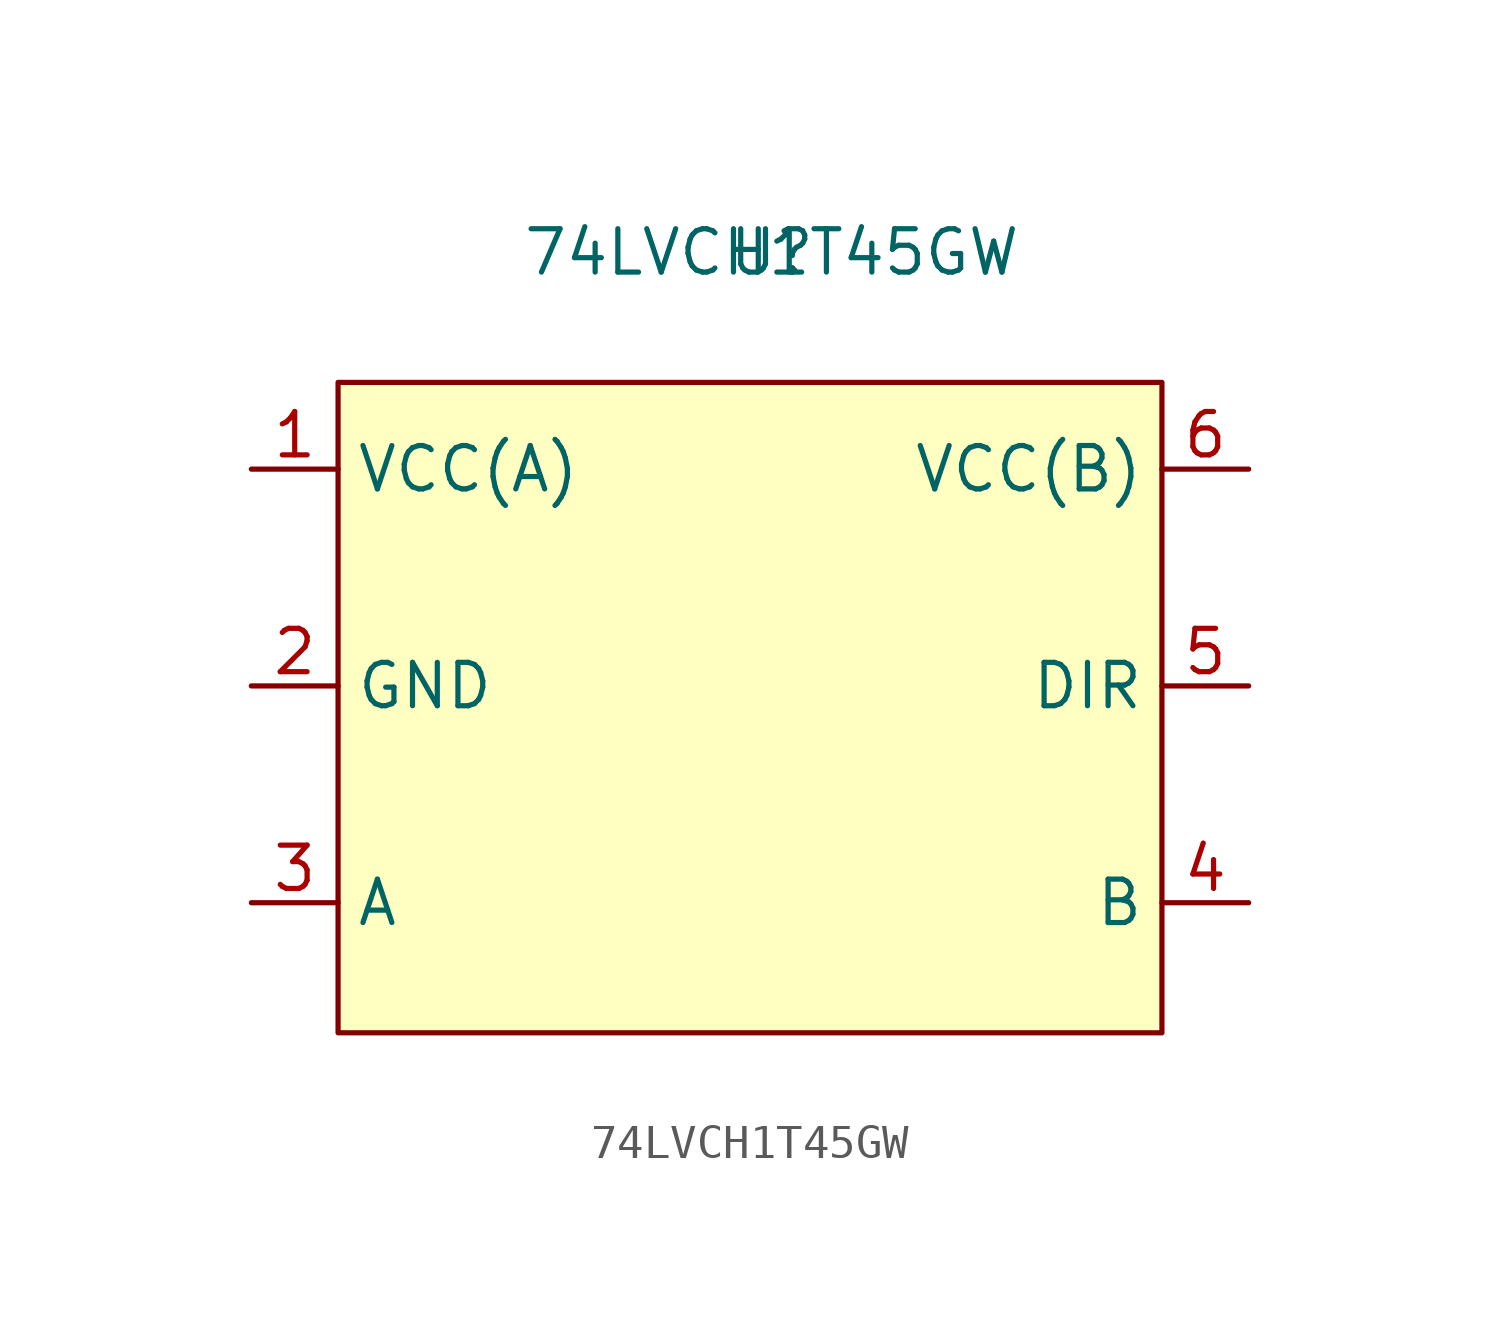
<source format=kicad_sym>
(kicad_symbol_lib
  (version 20211014)
  (generator kicad_symbol_editor)
  (symbol "74LVCH1T45GW"
    (property "Reference" "U"
      (at 0 0 0)
      (effects (font (size 1.27 1.27))))
    (property "Value" "74LVCH1T45GW"
      (at 0 0 0)
      (effects (font (size 1.27 1.27))))
    (symbol "74LVCH1T45GW_0_1"
      (rectangle (start -12.7 -3.81) (end 11.43 -22.86) (stroke (width 0) (type default) (color 0 0 0 0)) (fill (type background))))
    (symbol "74LVCH1T45GW_1_1"
      (pin power_in line (at -15.24 -6.35 0) (length 2.54) (name "VCC(A)" (effects (font (size 1.27 1.27)))) (number "1" (effects (font (size 1.27 1.27)))))
      (pin power_in line (at -15.24 -12.7 0) (length 2.54) (name "GND" (effects (font (size 1.27 1.27)))) (number "2" (effects (font (size 1.27 1.27)))))
      (pin bidirectional line (at -15.24 -19.05 0) (length 2.54) (name "A" (effects (font (size 1.27 1.27)))) (number "3" (effects (font (size 1.27 1.27)))))
      (pin bidirectional line (at 13.97 -19.05 180) (length 2.54) (name "B" (effects (font (size 1.27 1.27)))) (number "4" (effects (font (size 1.27 1.27)))))
      (pin input line (at 13.97 -12.7 180) (length 2.54) (name "DIR" (effects (font (size 1.27 1.27)))) (number "5" (effects (font (size 1.27 1.27)))))
      (pin power_in line (at 13.97 -6.35 180) (length 2.54) (name "VCC(B)" (effects (font (size 1.27 1.27)))) (number "6" (effects (font (size 1.27 1.27))))))))
</source>
